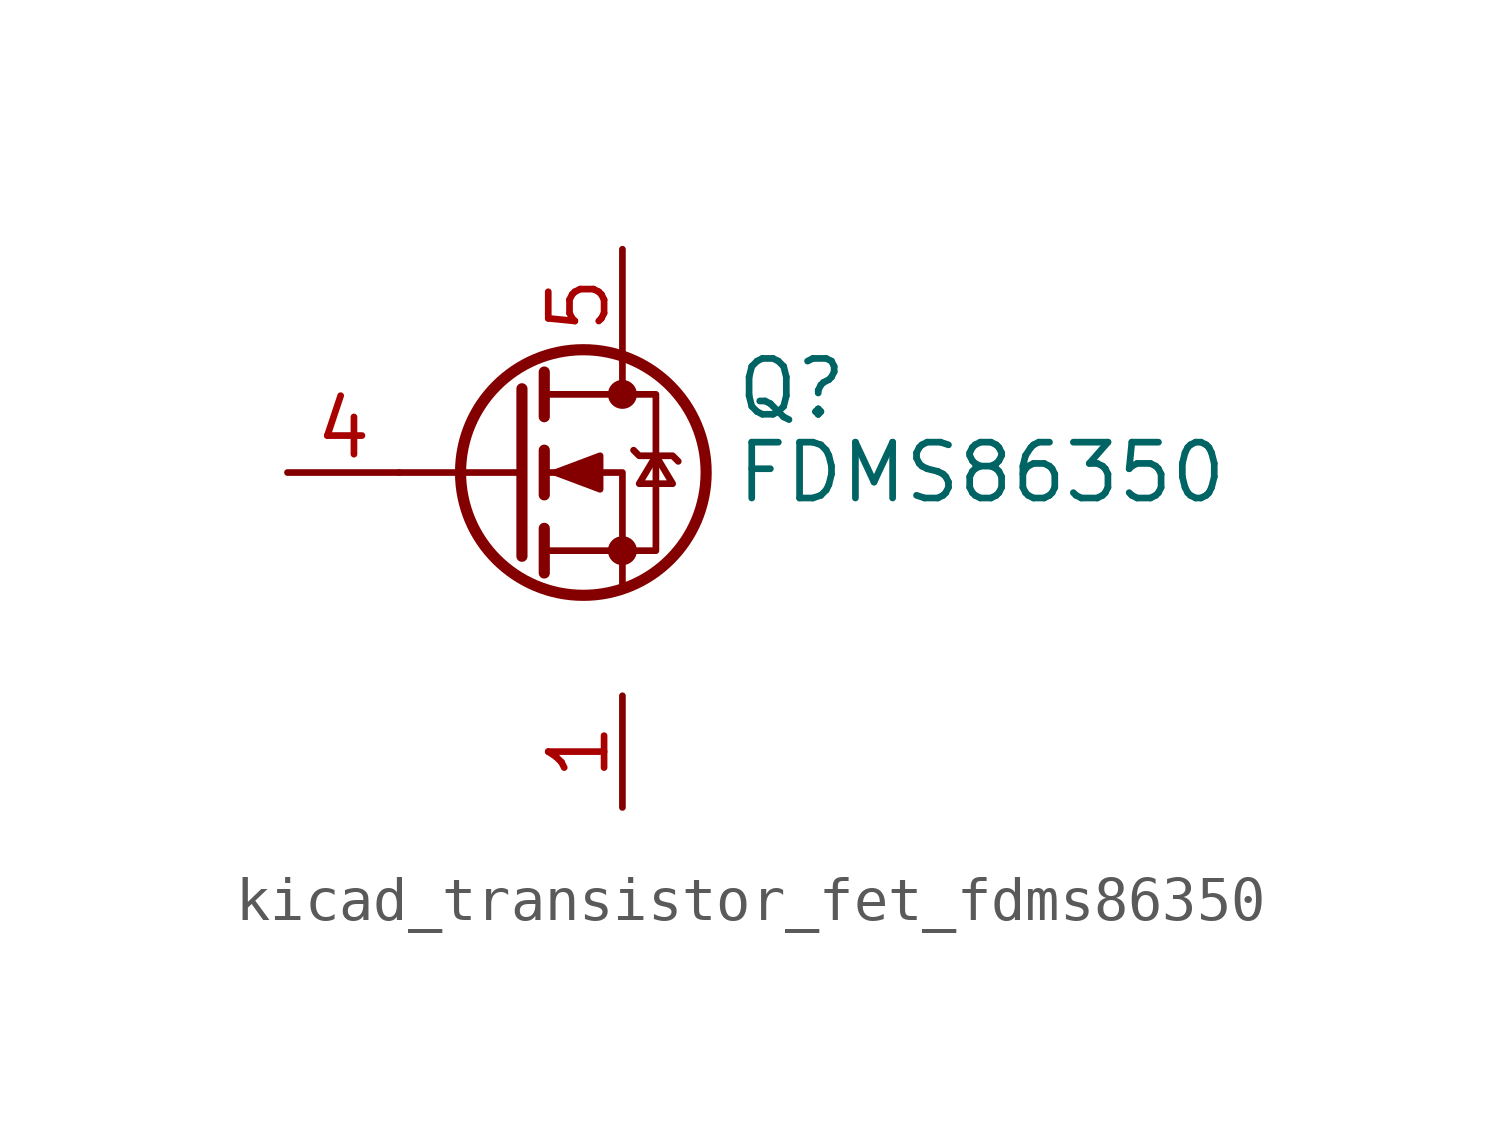
<source format=kicad_sym>
(kicad_symbol_lib
  (version 20220914)
  (generator kicad_symbol_editor)
  (symbol "kicad_transistor_fet_fdms86350"
    (pin_names hide)
    (property "Reference" "Q"
      (at 5.08 1.905 0)
      (effects (font (size 1.27 1.27)) (justify left)))
    (property "Value" "FDMS86350"
      (at 5.08 0 0)
      (effects (font (size 1.27 1.27)) (justify left)))
    (symbol "kicad_transistor_fet_fdms86350_0_1"
      (polyline (pts (xy 0.254 0) (xy -2.54 0)) (stroke (width 0) (type default)) (fill (type none)))
      (polyline (pts (xy 0.254 1.905) (xy 0.254 -1.905)) (stroke (width 0.254) (type default)) (fill (type none)))
      (polyline (pts (xy 0.762 -1.27) (xy 0.762 -2.286)) (stroke (width 0.254) (type default)) (fill (type none)))
      (polyline (pts (xy 0.762 0.508) (xy 0.762 -0.508)) (stroke (width 0.254) (type default)) (fill (type none)))
      (polyline (pts (xy 0.762 2.286) (xy 0.762 1.27)) (stroke (width 0.254) (type default)) (fill (type none)))
      (polyline (pts (xy 2.54 2.54) (xy 2.54 1.778)) (stroke (width 0) (type default)) (fill (type none)))
      (polyline (pts (xy 2.54 -2.54) (xy 2.54 0) (xy 0.762 0)) (stroke (width 0) (type default)) (fill (type none)))
      (polyline (pts (xy 0.762 -1.778) (xy 3.302 -1.778) (xy 3.302 1.778) (xy 0.762 1.778)) (stroke (width 0) (type default)) (fill (type none)))
      (polyline (pts (xy 1.016 0) (xy 2.032 0.381) (xy 2.032 -0.381) (xy 1.016 0)) (stroke (width 0) (type default)) (fill (type outline)))
      (polyline (pts (xy 2.794 0.508) (xy 2.921 0.381) (xy 3.683 0.381) (xy 3.81 0.254)) (stroke (width 0) (type default)) (fill (type none)))
      (polyline (pts (xy 3.302 0.381) (xy 2.921 -0.254) (xy 3.683 -0.254) (xy 3.302 0.381)) (stroke (width 0) (type default)) (fill (type none)))
      (circle (center 1.651 0) (radius 2.794) (stroke (width 0.254) (type default)) (fill (type none)))
      (circle (center 2.54 -1.778) (radius 0.254) (stroke (width 0) (type default)) (fill (type outline)))
      (circle (center 2.54 1.778) (radius 0.254) (stroke (width 0) (type default)) (fill (type outline))))
    (symbol "kicad_transistor_fet_fdms86350_1_1"
      (pin passive line (at 2.54 -5.08 270) (length 2.54) (name "S" (effects (font (size 1.27 1.27)))) (number "1" (effects (font (size 1.27 1.27)))))
      (pin passive line (at 2.54 -5.08 270) (length 2.54) hide (name "S" (effects (font (size 1.27 1.27)))) (number "2" (effects (font (size 1.27 1.27)))))
      (pin passive line (at 2.54 -5.08 90) (length 2.54) hide (name "S" (effects (font (size 1.27 1.27)))) (number "3" (effects (font (size 1.27 1.27)))))
      (pin passive line (at -5.08 0 0) (length 2.54) (name "G" (effects (font (size 1.27 1.27)))) (number "4" (effects (font (size 1.27 1.27)))))
      (pin passive line (at 2.54 5.08 270) (length 2.54) (name "D" (effects (font (size 1.27 1.27)))) (number "5" (effects (font (size 1.27 1.27))))))))
</source>
